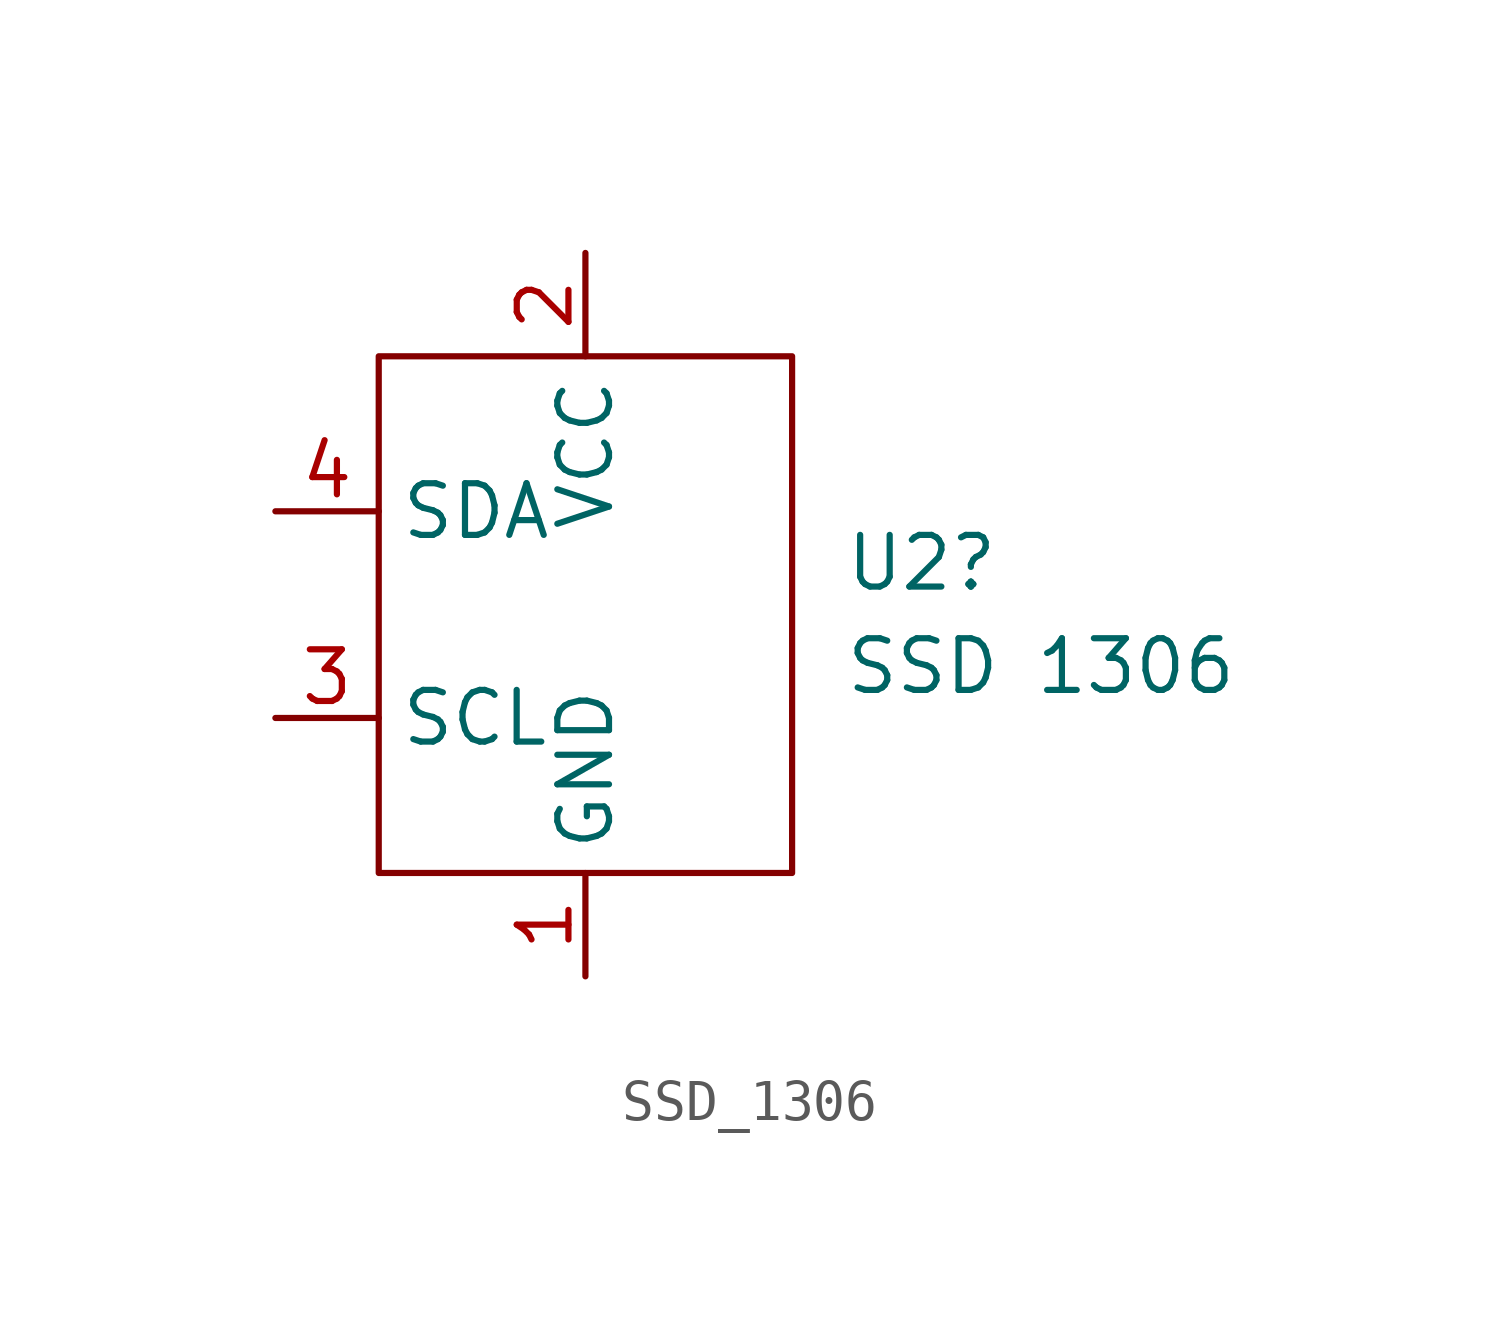
<source format=kicad_sym>
(kicad_symbol_lib
  (version 20241209)
  (generator "kicad_symbol_editor")
  (generator_version "9.0")
  (symbol "SSD_1306"
    (property "Reference" "U2"
      (at 6.35 1.27 0)
      (effects (font (size 1.27 1.27)) (justify left)))
    (property "Value" "SSD 1306"
      (at 6.35 -1.27 0)
      (effects (font (size 1.27 1.27)) (justify left)))
    (symbol "SSD_1306_0_1"
      (rectangle (start -5.08 6.35) (end 5.08 -6.35) (stroke (width 0) (type default)) (fill (type none))))
    (symbol "SSD_1306_1_1"
      (pin bidirectional line (at -7.62 2.54 0) (length 2.54) (name "SDA" (effects (font (size 1.27 1.27)))) (number "4" (effects (font (size 1.27 1.27)))))
      (pin input line (at -7.62 -2.54 0) (length 2.54) (name "SCL" (effects (font (size 1.27 1.27)))) (number "3" (effects (font (size 1.27 1.27)))))
      (pin power_in line (at 0 8.89 270) (length 2.54) (name "VCC" (effects (font (size 1.27 1.27)))) (number "2" (effects (font (size 1.27 1.27)))))
      (pin power_in line (at 0 -8.89 90) (length 2.54) (name "GND" (effects (font (size 1.27 1.27)))) (number "1" (effects (font (size 1.27 1.27))))))))
</source>
